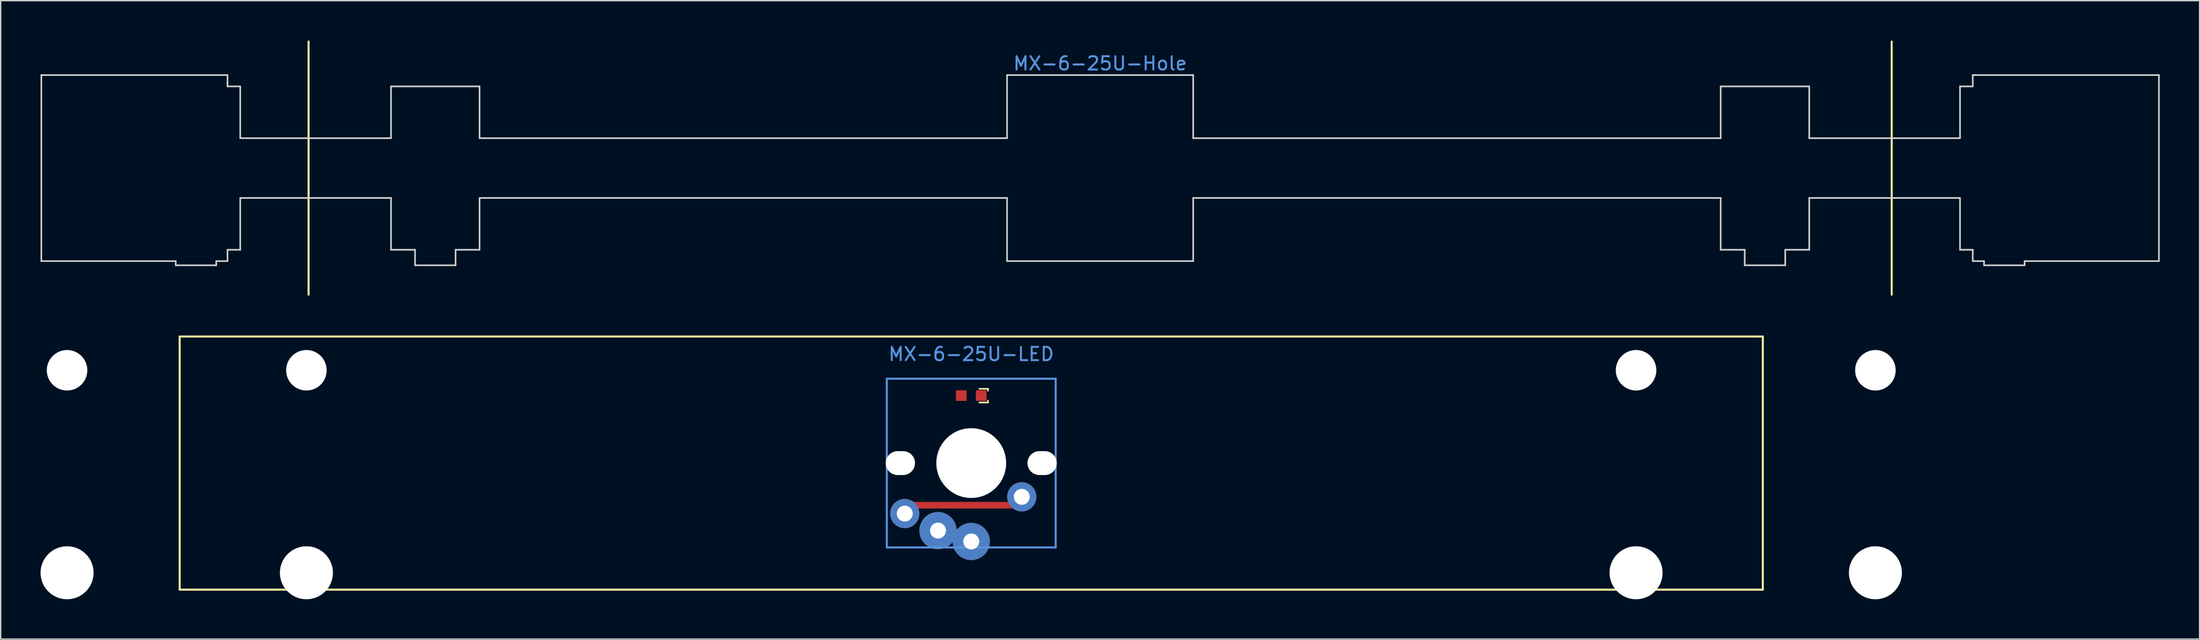
<source format=kicad_pcb>
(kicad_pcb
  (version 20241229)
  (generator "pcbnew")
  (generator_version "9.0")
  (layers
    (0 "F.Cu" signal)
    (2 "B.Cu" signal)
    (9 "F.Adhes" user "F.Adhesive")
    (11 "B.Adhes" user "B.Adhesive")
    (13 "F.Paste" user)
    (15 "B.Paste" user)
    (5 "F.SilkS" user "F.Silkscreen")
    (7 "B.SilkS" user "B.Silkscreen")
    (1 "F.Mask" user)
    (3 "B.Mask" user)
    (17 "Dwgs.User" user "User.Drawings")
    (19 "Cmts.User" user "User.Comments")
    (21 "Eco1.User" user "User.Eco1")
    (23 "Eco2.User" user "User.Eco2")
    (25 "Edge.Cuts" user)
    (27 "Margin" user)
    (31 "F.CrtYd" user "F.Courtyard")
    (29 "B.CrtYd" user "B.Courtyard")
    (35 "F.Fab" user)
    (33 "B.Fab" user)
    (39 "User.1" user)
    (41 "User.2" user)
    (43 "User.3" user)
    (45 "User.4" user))
  (footprint "MX-6-25U-LED"
    (layer "F.Cu")
    (at 69.994 26.721)
    (property "Reference" "MX-6-25U-LED" (at 0 -3.12 0) (layer "Cmts.User") (effects (font (size 1 1) (thickness 0.15))))
    (fp_line (start -59.531 -4.445) (end 59.531 -4.445) (stroke (width 0.152) (type solid)) (layer "F.SilkS"))
    (fp_line (start -59.531 14.605) (end -59.531 -4.445) (stroke (width 0.152) (type solid)) (layer "F.SilkS"))
    (fp_line (start 0.61 -0.51) (end 1.26 -0.51) (stroke (width 0.12) (type solid)) (layer "F.SilkS"))
    (fp_line (start 0.61 0.52) (end 1.26 0.52) (stroke (width 0.12) (type solid)) (layer "F.SilkS"))
    (fp_line (start 1.26 -0.51) (end 1.26 -0.37) (stroke (width 0.12) (type solid)) (layer "F.SilkS"))
    (fp_line (start 1.26 0.52) (end 1.26 0.38) (stroke (width 0.12) (type solid)) (layer "F.SilkS"))
    (fp_line (start 59.531 -4.445) (end 59.531 14.605) (stroke (width 0.152) (type solid)) (layer "F.SilkS"))
    (fp_line (start 59.531 14.605) (end -59.531 14.605) (stroke (width 0.152) (type solid)) (layer "F.SilkS"))
    (fp_line (start -6.35 -1.27) (end 6.35 -1.27) (stroke (width 0.152) (type solid)) (layer "Cmts.User"))
    (fp_line (start -6.35 11.43) (end -6.35 -1.27) (stroke (width 0.152) (type solid)) (layer "Cmts.User"))
    (fp_line (start 6.35 -1.27) (end 6.35 11.43) (stroke (width 0.152) (type solid)) (layer "Cmts.User"))
    (fp_line (start 6.35 11.43) (end -6.35 11.43) (stroke (width 0.152) (type solid)) (layer "Cmts.User"))
    (fp_line (start -7.798 -0.925) (end -6.985 -0.925) (stroke (width 0.152) (type solid)) (layer "Eco2.User"))
    (fp_line (start -7.798 2.576) (end -7.798 -0.925) (stroke (width 0.152) (type solid)) (layer "Eco2.User"))
    (fp_line (start -7.798 7.584) (end -6.985 7.584) (stroke (width 0.152) (type solid)) (layer "Eco2.User"))
    (fp_line (start -7.798 11.085) (end -7.798 7.584) (stroke (width 0.152) (type solid)) (layer "Eco2.User"))
    (fp_line (start -6.985 -1.905) (end 6.985 -1.905) (stroke (width 0.152) (type solid)) (layer "Eco2.User"))
    (fp_line (start -6.985 -0.925) (end -6.985 -1.905) (stroke (width 0.152) (type solid)) (layer "Eco2.User"))
    (fp_line (start -6.985 2.576) (end -7.798 2.576) (stroke (width 0.152) (type solid)) (layer "Eco2.User"))
    (fp_line (start -6.985 7.584) (end -6.985 2.576) (stroke (width 0.152) (type solid)) (layer "Eco2.User"))
    (fp_line (start -6.985 11.085) (end -7.798 11.085) (stroke (width 0.152) (type solid)) (layer "Eco2.User"))
    (fp_line (start -6.985 12.065) (end -6.985 11.085) (stroke (width 0.152) (type solid)) (layer "Eco2.User"))
    (fp_line (start 6.985 -1.905) (end 6.985 -0.925) (stroke (width 0.152) (type solid)) (layer "Eco2.User"))
    (fp_line (start 6.985 -0.925) (end 7.798 -0.925) (stroke (width 0.152) (type solid)) (layer "Eco2.User"))
    (fp_line (start 6.985 2.576) (end 6.985 7.584) (stroke (width 0.152) (type solid)) (layer "Eco2.User"))
    (fp_line (start 6.985 7.584) (end 7.798 7.584) (stroke (width 0.152) (type solid)) (layer "Eco2.User"))
    (fp_line (start 6.985 11.085) (end 6.985 12.065) (stroke (width 0.152) (type solid)) (layer "Eco2.User"))
    (fp_line (start 6.985 12.065) (end -6.985 12.065) (stroke (width 0.152) (type solid)) (layer "Eco2.User"))
    (fp_line (start 7.798 -0.925) (end 7.798 2.576) (stroke (width 0.152) (type solid)) (layer "Eco2.User"))
    (fp_line (start 7.798 2.576) (end 6.985 2.576) (stroke (width 0.152) (type solid)) (layer "Eco2.User"))
    (fp_line (start 7.798 7.584) (end 7.798 11.085) (stroke (width 0.152) (type solid)) (layer "Eco2.User"))
    (fp_line (start 7.798 11.085) (end 6.985 11.085) (stroke (width 0.152) (type solid)) (layer "Eco2.User"))
    (pad "" np_thru_hole circle (at -68 -1.905 180) (size 3.048 3.048) (drill 3.048) (layers "*.Cu" "*.Mask"))
    (pad "" np_thru_hole circle (at -68 13.335 180) (size 3.988 3.988) (drill 3.988) (layers "*.Cu" "*.Mask"))
    (pad "" np_thru_hole circle (at -50 -1.905 180) (size 3.048 3.048) (drill 3.048) (layers "*.Cu" "*.Mask"))
    (pad "" np_thru_hole circle (at -50 13.335 180) (size 3.988 3.988) (drill 3.988) (layers "*.Cu" "*.Mask"))
    (pad "" np_thru_hole oval (at -5.33 5.08 270) (size 1.8 2.2) (drill oval 1.8 2.2) (layers "*.Cu" "*.Mask"))
    (pad "" np_thru_hole circle (at 0 5.08 180) (size 5.25 5.25) (drill 5.25) (layers "*.Cu" "*.Mask"))
    (pad "" np_thru_hole oval (at 5.33 5.08 270) (size 1.8 2.2) (drill oval 1.8 2.2) (layers "*.Cu" "*.Mask"))
    (pad "" np_thru_hole circle (at 50 -1.905 180) (size 3.048 3.048) (drill 3.048) (layers "*.Cu" "*.Mask"))
    (pad "" np_thru_hole circle (at 50 13.335 180) (size 3.988 3.988) (drill 3.988) (layers "*.Cu" "*.Mask"))
    (pad "" np_thru_hole circle (at 68 -1.905 180) (size 3.048 3.048) (drill 3.048) (layers "*.Cu" "*.Mask"))
    (pad "" np_thru_hole circle (at 68 13.335 180) (size 3.988 3.988) (drill 3.988) (layers "*.Cu" "*.Mask"))
    (pad "1" thru_hole circle (at -2.5 10.16) (size 2.8 2.8) (drill oval 1.2) (layers "*.Cu" "*.Mask"))
    (pad "1" thru_hole circle (at 0 10.98 90) (size 2.8 2.8) (drill 1.2) (layers "*.Cu" "*.Mask"))
    (pad "2" thru_hole circle (at -5 8.88 270) (size 2.2 2.2) (drill 1.2) (layers "*.Cu" "*.Mask"))
    (pad "2" smd rect (at -0.67 8.25) (size 7.64 0.5) (layers "F.Cu" "F.Mask" "F.Paste"))
    (pad "2" thru_hole circle (at 3.8 7.62 225) (size 2.2 2.2) (drill 1.2) (layers "*.Cu" "*.Mask"))
    (pad "3" smd rect (at 0.75 0 90) (size 0.8 0.8) (layers "F.Cu" "F.Mask" "F.Paste"))
    (pad "4" smd rect (at -0.75 0 90) (size 0.8 0.8) (layers "F.Cu" "F.Mask" "F.Paste")))
  (footprint "MX-6-25U-Hole"
    (layer "F.Cu")
    (at 79.688 9.6)
    (property "Reference" "MX-6-25U-Hole" (at 0 -7.874 0) (layer "Cmts.User") (effects (font (size 1 1) (thickness 0.15))))
    (attr through_hole)
    (fp_line (start -59.531 9.525) (end -59.531 -9.525) (stroke (width 0.15) (type solid)) (layer "F.SilkS"))
    (fp_line (start 59.531 -9.525) (end 59.531 9.525) (stroke (width 0.15) (type solid)) (layer "F.SilkS"))
    (fp_line (start -79.628 -7) (end -79.628 7) (stroke (width 0.12) (type solid)) (layer "Edge.Cuts"))
    (fp_line (start -79.628 -7) (end -65.628 -7) (stroke (width 0.12) (type solid)) (layer "Edge.Cuts"))
    (fp_line (start -79.628 7) (end -69.524 7) (stroke (width 0.12) (type solid)) (layer "Edge.Cuts"))
    (fp_line (start -69.524 7) (end -69.524 7.315) (stroke (width 0.12) (type solid)) (layer "Edge.Cuts"))
    (fp_line (start -66.476 7) (end -66.476 7.315) (stroke (width 0.12) (type solid)) (layer "Edge.Cuts"))
    (fp_line (start -66.476 7) (end -65.628 7) (stroke (width 0.12) (type solid)) (layer "Edge.Cuts"))
    (fp_line (start -66.476 7.315) (end -69.524 7.315) (stroke (width 0.12) (type solid)) (layer "Edge.Cuts"))
    (fp_line (start -65.628 -7) (end -65.628 -6.147) (stroke (width 0.12) (type solid)) (layer "Edge.Cuts"))
    (fp_line (start -65.628 6.147) (end -65.628 7) (stroke (width 0.12) (type solid)) (layer "Edge.Cuts"))
    (fp_line (start -64.67 -6.147) (end -65.628 -6.147) (stroke (width 0.12) (type solid)) (layer "Edge.Cuts"))
    (fp_line (start -64.67 -6.147) (end -64.67 -2.25) (stroke (width 0.12) (type solid)) (layer "Edge.Cuts"))
    (fp_line (start -64.67 -2.25) (end -53.33 -2.25) (stroke (width 0.12) (type solid)) (layer "Edge.Cuts"))
    (fp_line (start -64.67 2.25) (end -53.33 2.25) (stroke (width 0.12) (type solid)) (layer "Edge.Cuts"))
    (fp_line (start -64.67 6.147) (end -65.628 6.147) (stroke (width 0.12) (type solid)) (layer "Edge.Cuts"))
    (fp_line (start -64.67 6.147) (end -64.67 2.25) (stroke (width 0.12) (type solid)) (layer "Edge.Cuts"))
    (fp_line (start -53.33 -6.147) (end -53.33 -2.25) (stroke (width 0.12) (type solid)) (layer "Edge.Cuts"))
    (fp_line (start -53.33 2.25) (end -53.33 6.147) (stroke (width 0.12) (type solid)) (layer "Edge.Cuts"))
    (fp_line (start -51.524 6.147) (end -53.33 6.147) (stroke (width 0.12) (type solid)) (layer "Edge.Cuts"))
    (fp_line (start -51.524 6.147) (end -51.524 7.315) (stroke (width 0.12) (type solid)) (layer "Edge.Cuts"))
    (fp_line (start -48.476 6.147) (end -48.476 7.315) (stroke (width 0.12) (type solid)) (layer "Edge.Cuts"))
    (fp_line (start -48.476 7.315) (end -51.524 7.315) (stroke (width 0.12) (type solid)) (layer "Edge.Cuts"))
    (fp_line (start -46.67 -6.147) (end -53.33 -6.147) (stroke (width 0.12) (type solid)) (layer "Edge.Cuts"))
    (fp_line (start -46.67 -6.147) (end -46.67 -2.25) (stroke (width 0.12) (type solid)) (layer "Edge.Cuts"))
    (fp_line (start -46.67 -2.25) (end -7 -2.25) (stroke (width 0.12) (type solid)) (layer "Edge.Cuts"))
    (fp_line (start -46.67 2.25) (end -7 2.25) (stroke (width 0.12) (type solid)) (layer "Edge.Cuts"))
    (fp_line (start -46.67 6.147) (end -48.476 6.147) (stroke (width 0.12) (type solid)) (layer "Edge.Cuts"))
    (fp_line (start -46.67 6.147) (end -46.67 2.25) (stroke (width 0.12) (type solid)) (layer "Edge.Cuts"))
    (fp_line (start -7 -7) (end -7 -2.25) (stroke (width 0.12) (type solid)) (layer "Edge.Cuts"))
    (fp_line (start -7 -7) (end 7 -7) (stroke (width 0.12) (type solid)) (layer "Edge.Cuts"))
    (fp_line (start -7 7) (end -7 2.25) (stroke (width 0.12) (type solid)) (layer "Edge.Cuts"))
    (fp_line (start -7 7) (end 7 7) (stroke (width 0.12) (type solid)) (layer "Edge.Cuts"))
    (fp_line (start 7 -7) (end 7 -2.25) (stroke (width 0.12) (type solid)) (layer "Edge.Cuts"))
    (fp_line (start 7 7) (end 7 2.25) (stroke (width 0.12) (type solid)) (layer "Edge.Cuts"))
    (fp_line (start 46.67 -6.147) (end 46.67 -2.25) (stroke (width 0.12) (type solid)) (layer "Edge.Cuts"))
    (fp_line (start 46.67 -6.147) (end 53.33 -6.147) (stroke (width 0.12) (type solid)) (layer "Edge.Cuts"))
    (fp_line (start 46.67 -2.25) (end 7 -2.25) (stroke (width 0.12) (type solid)) (layer "Edge.Cuts"))
    (fp_line (start 46.67 2.25) (end 7 2.25) (stroke (width 0.12) (type solid)) (layer "Edge.Cuts"))
    (fp_line (start 46.67 6.147) (end 46.67 2.25) (stroke (width 0.12) (type solid)) (layer "Edge.Cuts"))
    (fp_line (start 46.67 6.147) (end 48.476 6.147) (stroke (width 0.12) (type solid)) (layer "Edge.Cuts"))
    (fp_line (start 48.476 6.147) (end 48.476 7.315) (stroke (width 0.12) (type solid)) (layer "Edge.Cuts"))
    (fp_line (start 48.476 7.315) (end 51.524 7.315) (stroke (width 0.12) (type solid)) (layer "Edge.Cuts"))
    (fp_line (start 51.524 6.147) (end 51.524 7.315) (stroke (width 0.12) (type solid)) (layer "Edge.Cuts"))
    (fp_line (start 51.524 6.147) (end 53.33 6.147) (stroke (width 0.12) (type solid)) (layer "Edge.Cuts"))
    (fp_line (start 53.33 -6.147) (end 53.33 -2.25) (stroke (width 0.12) (type solid)) (layer "Edge.Cuts"))
    (fp_line (start 53.33 2.25) (end 53.33 6.147) (stroke (width 0.12) (type solid)) (layer "Edge.Cuts"))
    (fp_line (start 64.67 -6.147) (end 64.67 -2.25) (stroke (width 0.12) (type solid)) (layer "Edge.Cuts"))
    (fp_line (start 64.67 -6.147) (end 65.628 -6.147) (stroke (width 0.12) (type solid)) (layer "Edge.Cuts"))
    (fp_line (start 64.67 -2.25) (end 53.33 -2.25) (stroke (width 0.12) (type solid)) (layer "Edge.Cuts"))
    (fp_line (start 64.67 2.25) (end 53.33 2.25) (stroke (width 0.12) (type solid)) (layer "Edge.Cuts"))
    (fp_line (start 64.67 6.147) (end 64.67 2.25) (stroke (width 0.12) (type solid)) (layer "Edge.Cuts"))
    (fp_line (start 64.67 6.147) (end 65.628 6.147) (stroke (width 0.12) (type solid)) (layer "Edge.Cuts"))
    (fp_line (start 65.628 -7) (end 65.628 -6.147) (stroke (width 0.12) (type solid)) (layer "Edge.Cuts"))
    (fp_line (start 65.628 -7) (end 79.628 -7) (stroke (width 0.12) (type solid)) (layer "Edge.Cuts"))
    (fp_line (start 65.628 6.147) (end 65.628 7) (stroke (width 0.12) (type solid)) (layer "Edge.Cuts"))
    (fp_line (start 65.628 7) (end 66.476 7) (stroke (width 0.12) (type solid)) (layer "Edge.Cuts"))
    (fp_line (start 66.476 7) (end 66.476 7.315) (stroke (width 0.12) (type solid)) (layer "Edge.Cuts"))
    (fp_line (start 66.476 7.315) (end 69.524 7.315) (stroke (width 0.12) (type solid)) (layer "Edge.Cuts"))
    (fp_line (start 69.524 7) (end 69.524 7.315) (stroke (width 0.12) (type solid)) (layer "Edge.Cuts"))
    (fp_line (start 69.524 7) (end 79.628 7) (stroke (width 0.12) (type solid)) (layer "Edge.Cuts"))
    (fp_line (start 79.628 -7) (end 79.628 7) (stroke (width 0.12) (type solid)) (layer "Edge.Cuts")))
  (gr_rect
    (start -3 -3)
    (end 162.376 45.05)
    (stroke (width 0.1) (type default))
    (fill no)
    (layer "Edge.Cuts")))
</source>
